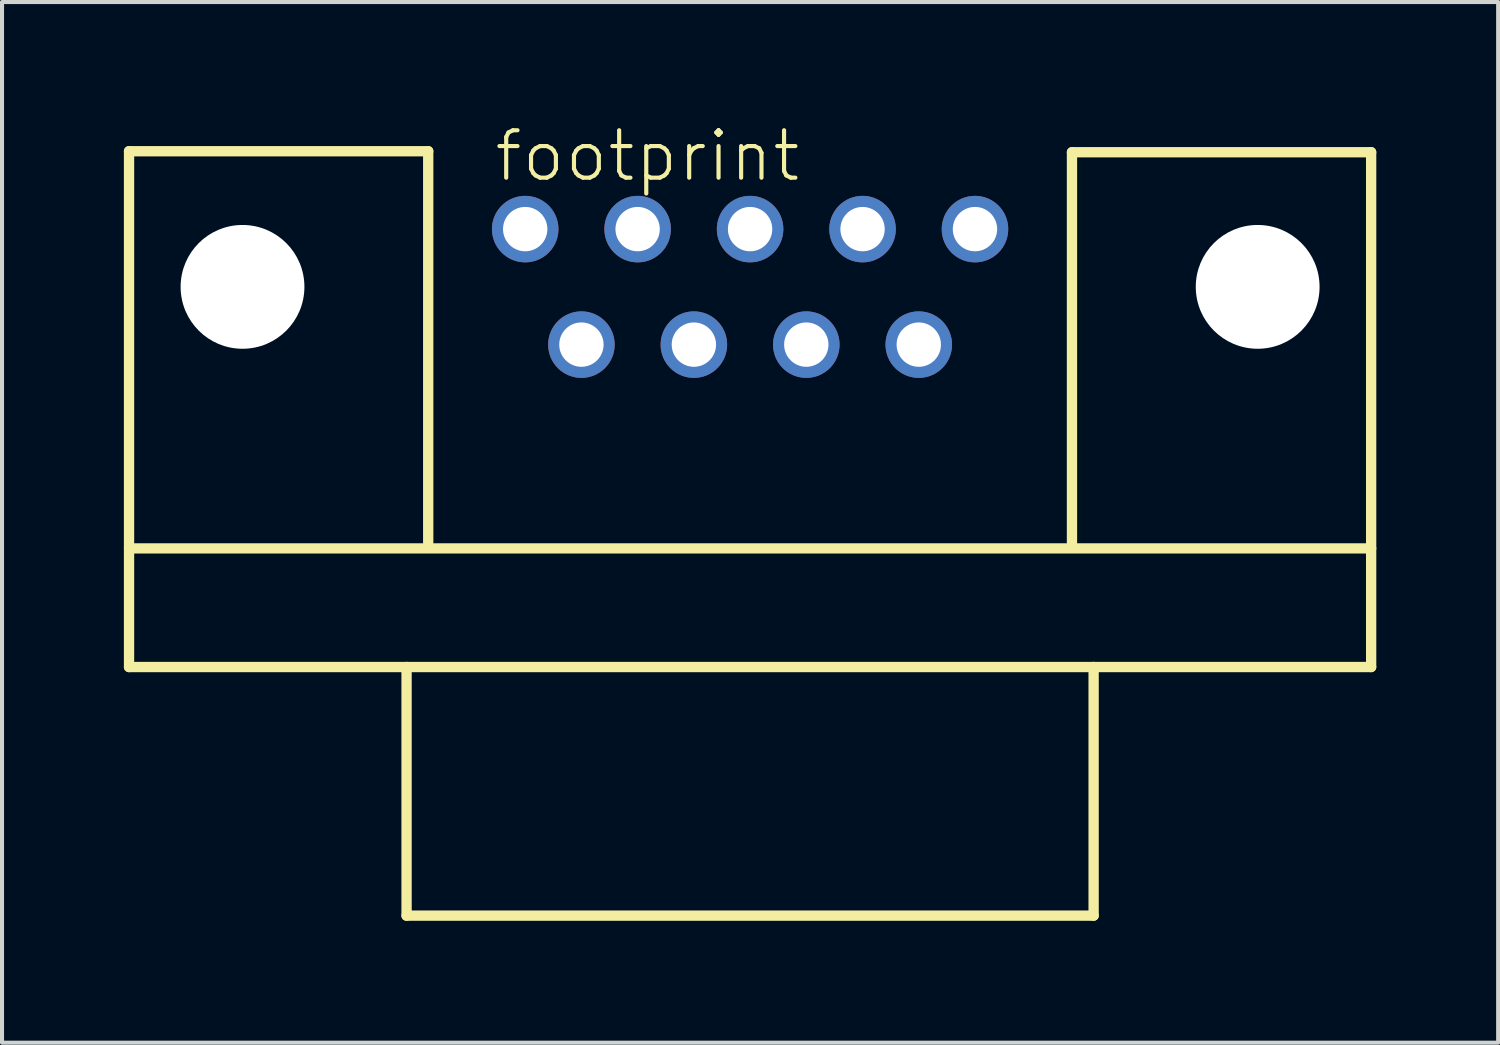
<source format=kicad_pcb>
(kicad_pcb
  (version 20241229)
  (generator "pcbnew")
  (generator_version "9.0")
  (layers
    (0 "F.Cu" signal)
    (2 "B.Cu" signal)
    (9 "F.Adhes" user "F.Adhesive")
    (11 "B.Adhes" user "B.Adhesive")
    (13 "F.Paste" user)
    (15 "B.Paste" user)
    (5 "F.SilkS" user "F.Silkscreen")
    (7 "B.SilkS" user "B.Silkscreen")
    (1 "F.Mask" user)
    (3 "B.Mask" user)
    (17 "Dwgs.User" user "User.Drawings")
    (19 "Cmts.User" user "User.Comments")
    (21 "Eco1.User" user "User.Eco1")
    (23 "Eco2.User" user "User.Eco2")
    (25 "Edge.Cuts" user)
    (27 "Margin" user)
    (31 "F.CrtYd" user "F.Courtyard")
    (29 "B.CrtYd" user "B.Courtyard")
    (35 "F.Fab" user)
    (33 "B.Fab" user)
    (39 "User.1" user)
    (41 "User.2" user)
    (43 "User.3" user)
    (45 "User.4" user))
  (footprint "footprint"
    (layer "F.Cu")
    (at 15.418 4.013)
    (property "Reference" "footprint" (at -6.35 -2.54 0) (layer "F.SilkS") (effects (font (size 1.168 1.168) (thickness 0.102)) (justify left bottom)))
    (fp_line (start -15.291 -3.34) (end -7.925 -3.34) (stroke (width 0.254) (type solid)) (layer "F.SilkS"))
    (fp_line (start -15.291 6.439) (end 15.291 6.439) (stroke (width 0.254) (type solid)) (layer "F.SilkS"))
    (fp_line (start -15.291 9.36) (end -15.291 -3.34) (stroke (width 0.254) (type solid)) (layer "F.SilkS"))
    (fp_line (start -8.458 9.36) (end -15.291 9.36) (stroke (width 0.254) (type solid)) (layer "F.SilkS"))
    (fp_line (start -8.458 9.36) (end 8.458 9.36) (stroke (width 0.254) (type solid)) (layer "F.SilkS"))
    (fp_line (start -8.458 15.481) (end -8.458 9.36) (stroke (width 0.254) (type solid)) (layer "F.SilkS"))
    (fp_line (start -7.925 -3.34) (end -7.925 6.299) (stroke (width 0.254) (type solid)) (layer "F.SilkS"))
    (fp_line (start 7.925 -3.315) (end 7.925 6.299) (stroke (width 0.254) (type solid)) (layer "F.SilkS"))
    (fp_line (start 8.458 9.36) (end 8.458 15.481) (stroke (width 0.254) (type solid)) (layer "F.SilkS"))
    (fp_line (start 8.458 15.481) (end -8.458 15.481) (stroke (width 0.254) (type solid)) (layer "F.SilkS"))
    (fp_line (start 15.291 -3.315) (end 7.925 -3.315) (stroke (width 0.254) (type solid)) (layer "F.SilkS"))
    (fp_line (start 15.291 -3.315) (end 15.291 9.36) (stroke (width 0.254) (type solid)) (layer "F.SilkS"))
    (fp_line (start 15.291 9.36) (end 8.458 9.36) (stroke (width 0.254) (type solid)) (layer "F.SilkS"))
    (pad "" np_thru_hole circle (at -12.497 0) (size 3.048 3.048) (drill 3.048) (layers "*.Cu" "*.Mask"))
    (pad "" np_thru_hole circle (at 12.497 0) (size 3.048 3.048) (drill 3.048) (layers "*.Cu" "*.Mask"))
    (pad "1" thru_hole circle (at 5.537 -1.422) (size 1.638 1.638) (drill 1.092) (layers "*.Cu" "*.Mask"))
    (pad "2" thru_hole circle (at 2.769 -1.422) (size 1.638 1.638) (drill 1.092) (layers "*.Cu" "*.Mask"))
    (pad "3" thru_hole circle (at 0 -1.422) (size 1.638 1.638) (drill 1.092) (layers "*.Cu" "*.Mask"))
    (pad "4" thru_hole circle (at -2.769 -1.422) (size 1.638 1.638) (drill 1.092) (layers "*.Cu" "*.Mask"))
    (pad "5" thru_hole circle (at -5.537 -1.422) (size 1.638 1.638) (drill 1.092) (layers "*.Cu" "*.Mask"))
    (pad "6" thru_hole circle (at 4.153 1.422) (size 1.638 1.638) (drill 1.092) (layers "*.Cu" "*.Mask"))
    (pad "7" thru_hole circle (at 1.384 1.422) (size 1.638 1.638) (drill 1.092) (layers "*.Cu" "*.Mask"))
    (pad "8" thru_hole circle (at -1.384 1.422) (size 1.638 1.638) (drill 1.092) (layers "*.Cu" "*.Mask"))
    (pad "9" thru_hole circle (at -4.153 1.422) (size 1.638 1.638) (drill 1.092) (layers "*.Cu" "*.Mask")))
  (gr_rect
    (start -3 -3)
    (end 33.836 22.622)
    (stroke (width 0.1) (type default))
    (fill no)
    (layer "Edge.Cuts")))
</source>
